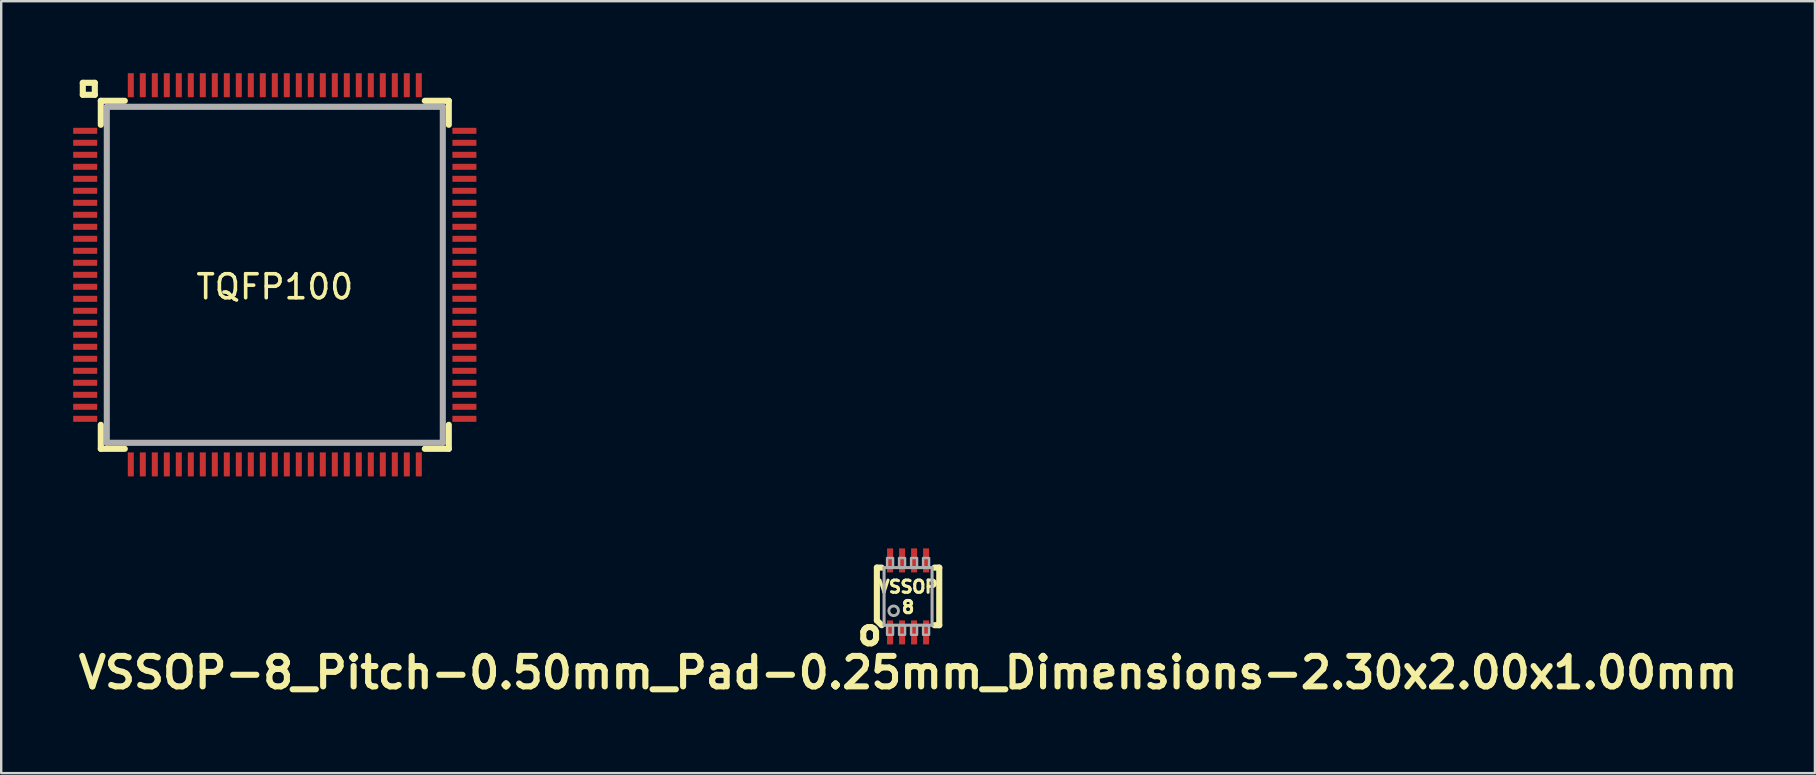
<source format=kicad_pcb>
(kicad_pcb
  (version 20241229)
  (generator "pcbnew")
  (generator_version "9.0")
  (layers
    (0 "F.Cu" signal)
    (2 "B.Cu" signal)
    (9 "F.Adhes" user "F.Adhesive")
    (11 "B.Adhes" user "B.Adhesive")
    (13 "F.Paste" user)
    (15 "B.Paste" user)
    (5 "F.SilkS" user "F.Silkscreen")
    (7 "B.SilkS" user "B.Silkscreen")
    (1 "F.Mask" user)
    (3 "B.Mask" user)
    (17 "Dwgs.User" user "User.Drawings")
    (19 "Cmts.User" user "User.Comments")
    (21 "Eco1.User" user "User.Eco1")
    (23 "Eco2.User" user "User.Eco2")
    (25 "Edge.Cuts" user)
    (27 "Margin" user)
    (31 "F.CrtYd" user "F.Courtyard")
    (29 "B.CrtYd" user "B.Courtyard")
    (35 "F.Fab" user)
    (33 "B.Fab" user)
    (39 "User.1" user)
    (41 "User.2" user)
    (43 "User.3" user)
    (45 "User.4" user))
  (footprint "VSSOP-8_Pitch-0.50mm_Pad-0.25mm_Dimensions-2.30x2.00x1.00mm"
    (layer "F.Cu")
    (at 34.786 21.8)
    (property "Reference" "VSSOP-8_Pitch-0.50mm_Pad-0.25mm_Dimensions-2.30x2.00x1.00mm" (at 0 3.175 0) (layer "F.SilkS") (effects (font (size 1.27 1.27) (thickness 0.254))))
    (attr through_hole)
    (fp_line (start -1.3 1) (end -1.3 -1.2) (stroke (width 0.254) (type solid)) (layer "F.SilkS"))
    (fp_line (start -1.1 -1.2) (end -1.3 -1.2) (stroke (width 0.254) (type solid)) (layer "F.SilkS"))
    (fp_line (start -1.1 1.2) (end -1.3 1) (stroke (width 0.254) (type solid)) (layer "F.SilkS"))
    (fp_line (start 1.1 -1.2) (end 1.3 -1.2) (stroke (width 0.254) (type solid)) (layer "F.SilkS"))
    (fp_line (start 1.1 1.2) (end 1.3 1.2) (stroke (width 0.254) (type solid)) (layer "F.SilkS"))
    (fp_line (start 1.3 -1.2) (end 1.3 1.2) (stroke (width 0.254) (type solid)) (layer "F.SilkS"))
    (fp_line (start -1 -1.2) (end 1 -1.2) (stroke (width 0.127) (type solid)) (layer "F.Fab"))
    (fp_line (start -1 1.2) (end -1 -1.2) (stroke (width 0.127) (type solid)) (layer "F.Fab"))
    (fp_line (start -1 1.2) (end 1 1.2) (stroke (width 0.127) (type solid)) (layer "F.Fab"))
    (fp_line (start 1 1.2) (end 1 -1.2) (stroke (width 0.127) (type solid)) (layer "F.Fab"))
    (fp_circle (center -0.6 0.6) (end -0.6 0.8) (stroke (width 0.12) (type solid)) (fill no) (layer "F.Fab"))
    (fp_poly (pts (xy -0.875 -1.6) (xy -0.875 -1.2) (xy -0.625 -1.2) (xy -0.625 -1.6)) (stroke (width 0.1) (type solid)) (fill no) (layer "F.Fab"))
    (fp_poly (pts (xy -0.875 1.2) (xy -0.875 1.6) (xy -0.625 1.6) (xy -0.625 1.2)) (stroke (width 0.1) (type solid)) (fill no) (layer "F.Fab"))
    (fp_poly (pts (xy -0.375 -1.6) (xy -0.375 -1.2) (xy -0.125 -1.2) (xy -0.125 -1.6)) (stroke (width 0.1) (type solid)) (fill no) (layer "F.Fab"))
    (fp_poly (pts (xy -0.375 1.2) (xy -0.375 1.6) (xy -0.125 1.6) (xy -0.125 1.2)) (stroke (width 0.1) (type solid)) (fill no) (layer "F.Fab"))
    (fp_poly (pts (xy 0.125 -1.6) (xy 0.125 -1.2) (xy 0.375 -1.2) (xy 0.375 -1.6)) (stroke (width 0.1) (type solid)) (fill no) (layer "F.Fab"))
    (fp_poly (pts (xy 0.125 1.2) (xy 0.125 1.6) (xy 0.375 1.6) (xy 0.375 1.2)) (stroke (width 0.1) (type solid)) (fill no) (layer "F.Fab"))
    (fp_poly (pts (xy 0.625 -1.6) (xy 0.625 -1.2) (xy 0.875 -1.2) (xy 0.875 -1.6)) (stroke (width 0.1) (type solid)) (fill no) (layer "F.Fab"))
    (fp_poly (pts (xy 0.625 1.2) (xy 0.625 1.6) (xy 0.875 1.6) (xy 0.875 1.2)) (stroke (width 0.1) (type solid)) (fill no) (layer "F.Fab"))
    (fp_text user "VSSOP" (at 0 -0.4 0) (layer "F.SilkS") (effects (font (size 0.508 0.508) (thickness 0.127))))
    (fp_text user "8" (at 0 0.45 0) (layer "F.SilkS") (effects (font (size 0.508 0.508) (thickness 0.127))))
    (fp_text user "o" (at -1.6 1.5 0) (layer "F.SilkS") (effects (font (size 1.016 1.016) (thickness 0.254))))
    (pad "1" smd rect (at -0.75 1.5) (size 0.25 1) (layers "F.Cu" "F.Mask" "F.Paste"))
    (pad "2" smd rect (at -0.25 1.5) (size 0.25 1) (layers "F.Cu" "F.Mask" "F.Paste"))
    (pad "3" smd rect (at 0.25 1.5) (size 0.25 1) (layers "F.Cu" "F.Mask" "F.Paste"))
    (pad "4" smd rect (at 0.75 1.5) (size 0.25 1) (layers "F.Cu" "F.Mask" "F.Paste"))
    (pad "5" smd rect (at 0.75 -1.5) (size 0.25 1) (layers "F.Cu" "F.Mask" "F.Paste"))
    (pad "6" smd rect (at 0.25 -1.5) (size 0.25 1) (layers "F.Cu" "F.Mask" "F.Paste"))
    (pad "7" smd rect (at -0.25 -1.5) (size 0.25 1) (layers "F.Cu" "F.Mask" "F.Paste"))
    (pad "8" smd rect (at -0.75 -1.5) (size 0.25 1) (layers "F.Cu" "F.Mask" "F.Paste")))
  (footprint "TQFP100"
    (layer "F.Cu")
    (at 8.4 8.4)
    (property "Reference" "TQFP100" (at 0 0.5 0) (layer "F.SilkS") (effects (font (size 1 1) (thickness 0.15))))
    (attr through_hole)
    (fp_line (start -8 -8) (end -7.5 -8) (stroke (width 0.254) (type solid)) (layer "F.SilkS"))
    (fp_line (start -8 -7.5) (end -8 -8) (stroke (width 0.254) (type solid)) (layer "F.SilkS"))
    (fp_line (start -7.5 -8) (end -7.5 -7.5) (stroke (width 0.254) (type solid)) (layer "F.SilkS"))
    (fp_line (start -7.5 -7.5) (end -8 -7.5) (stroke (width 0.254) (type solid)) (layer "F.SilkS"))
    (fp_line (start -7.25 -7.25) (end -7.25 -6.25) (stroke (width 0.254) (type solid)) (layer "F.SilkS"))
    (fp_line (start -7.25 6.25) (end -7.25 7.25) (stroke (width 0.254) (type solid)) (layer "F.SilkS"))
    (fp_line (start -7.25 7.25) (end -6.25 7.25) (stroke (width 0.254) (type solid)) (layer "F.SilkS"))
    (fp_line (start -6.25 -7.25) (end -7.25 -7.25) (stroke (width 0.254) (type solid)) (layer "F.SilkS"))
    (fp_line (start 6.25 -7.25) (end 7.25 -7.25) (stroke (width 0.254) (type solid)) (layer "F.SilkS"))
    (fp_line (start 7.25 -7.25) (end 7.25 -6.25) (stroke (width 0.254) (type solid)) (layer "F.SilkS"))
    (fp_line (start 7.25 6.25) (end 7.25 7.25) (stroke (width 0.254) (type solid)) (layer "F.SilkS"))
    (fp_line (start 7.25 7.25) (end 6.25 7.25) (stroke (width 0.254) (type solid)) (layer "F.SilkS"))
    (fp_line (start -7 -7) (end 7 -7) (stroke (width 0.254) (type solid)) (layer "F.Fab"))
    (fp_line (start -7 7) (end -7 -7) (stroke (width 0.254) (type solid)) (layer "F.Fab"))
    (fp_line (start 7 -7) (end 7 7) (stroke (width 0.254) (type solid)) (layer "F.Fab"))
    (fp_line (start 7 7) (end -7 7) (stroke (width 0.254) (type solid)) (layer "F.Fab"))
    (pad "1" smd rect (at -7.9 -6 90) (size 0.25 1) (layers "F.Cu" "F.Mask" "F.Paste"))
    (pad "2" smd rect (at -7.9 -5.5 90) (size 0.25 1) (layers "F.Cu" "F.Mask" "F.Paste"))
    (pad "3" smd rect (at -7.9 -5 90) (size 0.25 1) (layers "F.Cu" "F.Mask" "F.Paste"))
    (pad "4" smd rect (at -7.9 -4.5 90) (size 0.25 1) (layers "F.Cu" "F.Mask" "F.Paste"))
    (pad "5" smd rect (at -7.9 -4 90) (size 0.25 1) (layers "F.Cu" "F.Mask" "F.Paste"))
    (pad "6" smd rect (at -7.9 -3.5 90) (size 0.25 1) (layers "F.Cu" "F.Mask" "F.Paste"))
    (pad "7" smd rect (at -7.9 -3 90) (size 0.25 1) (layers "F.Cu" "F.Mask" "F.Paste"))
    (pad "8" smd rect (at -7.9 -2.5 90) (size 0.25 1) (layers "F.Cu" "F.Mask" "F.Paste"))
    (pad "9" smd rect (at -7.9 -2 90) (size 0.25 1) (layers "F.Cu" "F.Mask" "F.Paste"))
    (pad "10" smd rect (at -7.9 -1.5 90) (size 0.25 1) (layers "F.Cu" "F.Mask" "F.Paste"))
    (pad "11" smd rect (at -7.9 -1 90) (size 0.25 1) (layers "F.Cu" "F.Mask" "F.Paste"))
    (pad "12" smd rect (at -7.9 -0.5 90) (size 0.25 1) (layers "F.Cu" "F.Mask" "F.Paste"))
    (pad "13" smd rect (at -7.9 0 90) (size 0.25 1) (layers "F.Cu" "F.Mask" "F.Paste"))
    (pad "14" smd rect (at -7.9 0.5 90) (size 0.25 1) (layers "F.Cu" "F.Mask" "F.Paste"))
    (pad "15" smd rect (at -7.9 1 90) (size 0.25 1) (layers "F.Cu" "F.Mask" "F.Paste"))
    (pad "16" smd rect (at -7.9 1.5 90) (size 0.25 1) (layers "F.Cu" "F.Mask" "F.Paste"))
    (pad "17" smd rect (at -7.9 2 90) (size 0.25 1) (layers "F.Cu" "F.Mask" "F.Paste"))
    (pad "18" smd rect (at -7.9 2.5 90) (size 0.25 1) (layers "F.Cu" "F.Mask" "F.Paste"))
    (pad "19" smd rect (at -7.9 3 90) (size 0.25 1) (layers "F.Cu" "F.Mask" "F.Paste"))
    (pad "20" smd rect (at -7.9 3.5 90) (size 0.25 1) (layers "F.Cu" "F.Mask" "F.Paste"))
    (pad "21" smd rect (at -7.9 4 90) (size 0.25 1) (layers "F.Cu" "F.Mask" "F.Paste"))
    (pad "22" smd rect (at -7.9 4.5 90) (size 0.25 1) (layers "F.Cu" "F.Mask" "F.Paste"))
    (pad "23" smd rect (at -7.9 5 90) (size 0.25 1) (layers "F.Cu" "F.Mask" "F.Paste"))
    (pad "24" smd rect (at -7.9 5.5 90) (size 0.25 1) (layers "F.Cu" "F.Mask" "F.Paste"))
    (pad "25" smd rect (at -7.9 6 90) (size 0.25 1) (layers "F.Cu" "F.Mask" "F.Paste"))
    (pad "26" smd rect (at -6 7.9) (size 0.25 1) (layers "F.Cu" "F.Mask" "F.Paste"))
    (pad "27" smd rect (at -5.5 7.9) (size 0.25 1) (layers "F.Cu" "F.Mask" "F.Paste"))
    (pad "28" smd rect (at -5 7.9) (size 0.25 1) (layers "F.Cu" "F.Mask" "F.Paste"))
    (pad "29" smd rect (at -4.5 7.9) (size 0.25 1) (layers "F.Cu" "F.Mask" "F.Paste"))
    (pad "30" smd rect (at -4 7.9) (size 0.25 1) (layers "F.Cu" "F.Mask" "F.Paste"))
    (pad "31" smd rect (at -3.5 7.9) (size 0.25 1) (layers "F.Cu" "F.Mask" "F.Paste"))
    (pad "32" smd rect (at -3 7.9) (size 0.25 1) (layers "F.Cu" "F.Mask" "F.Paste"))
    (pad "33" smd rect (at -2.5 7.9) (size 0.25 1) (layers "F.Cu" "F.Mask" "F.Paste"))
    (pad "34" smd rect (at -2 7.9) (size 0.25 1) (layers "F.Cu" "F.Mask" "F.Paste"))
    (pad "35" smd rect (at -1.5 7.9) (size 0.25 1) (layers "F.Cu" "F.Mask" "F.Paste"))
    (pad "36" smd rect (at -1 7.9) (size 0.25 1) (layers "F.Cu" "F.Mask" "F.Paste"))
    (pad "37" smd rect (at -0.5 7.9) (size 0.25 1) (layers "F.Cu" "F.Mask" "F.Paste"))
    (pad "38" smd rect (at 0 7.9) (size 0.25 1) (layers "F.Cu" "F.Mask" "F.Paste"))
    (pad "39" smd rect (at 0.5 7.9) (size 0.25 1) (layers "F.Cu" "F.Mask" "F.Paste"))
    (pad "40" smd rect (at 1 7.9) (size 0.25 1) (layers "F.Cu" "F.Mask" "F.Paste"))
    (pad "41" smd rect (at 1.5 7.9) (size 0.25 1) (layers "F.Cu" "F.Mask" "F.Paste"))
    (pad "42" smd rect (at 2 7.9) (size 0.25 1) (layers "F.Cu" "F.Mask" "F.Paste"))
    (pad "43" smd rect (at 2.5 7.9) (size 0.25 1) (layers "F.Cu" "F.Mask" "F.Paste"))
    (pad "44" smd rect (at 3 7.9) (size 0.25 1) (layers "F.Cu" "F.Mask" "F.Paste"))
    (pad "45" smd rect (at 3.5 7.9) (size 0.25 1) (layers "F.Cu" "F.Mask" "F.Paste"))
    (pad "46" smd rect (at 4 7.9) (size 0.25 1) (layers "F.Cu" "F.Mask" "F.Paste"))
    (pad "47" smd rect (at 4.5 7.9) (size 0.25 1) (layers "F.Cu" "F.Mask" "F.Paste"))
    (pad "48" smd rect (at 5 7.9) (size 0.25 1) (layers "F.Cu" "F.Mask" "F.Paste"))
    (pad "49" smd rect (at 5.5 7.9) (size 0.25 1) (layers "F.Cu" "F.Mask" "F.Paste"))
    (pad "50" smd rect (at 6 7.9) (size 0.25 1) (layers "F.Cu" "F.Mask" "F.Paste"))
    (pad "51" smd rect (at 7.9 6 90) (size 0.25 1) (layers "F.Cu" "F.Mask" "F.Paste"))
    (pad "52" smd rect (at 7.9 5.5 90) (size 0.25 1) (layers "F.Cu" "F.Mask" "F.Paste"))
    (pad "53" smd rect (at 7.9 5 90) (size 0.25 1) (layers "F.Cu" "F.Mask" "F.Paste"))
    (pad "54" smd rect (at 7.9 4.5 90) (size 0.25 1) (layers "F.Cu" "F.Mask" "F.Paste"))
    (pad "55" smd rect (at 7.9 4 90) (size 0.25 1) (layers "F.Cu" "F.Mask" "F.Paste"))
    (pad "56" smd rect (at 7.9 3.5 90) (size 0.25 1) (layers "F.Cu" "F.Mask" "F.Paste"))
    (pad "57" smd rect (at 7.9 3 90) (size 0.25 1) (layers "F.Cu" "F.Mask" "F.Paste"))
    (pad "58" smd rect (at 7.9 2.5 90) (size 0.25 1) (layers "F.Cu" "F.Mask" "F.Paste"))
    (pad "59" smd rect (at 7.9 2 90) (size 0.25 1) (layers "F.Cu" "F.Mask" "F.Paste"))
    (pad "60" smd rect (at 7.9 1.5 90) (size 0.25 1) (layers "F.Cu" "F.Mask" "F.Paste"))
    (pad "61" smd rect (at 7.9 1 90) (size 0.25 1) (layers "F.Cu" "F.Mask" "F.Paste"))
    (pad "62" smd rect (at 7.9 0.5 90) (size 0.25 1) (layers "F.Cu" "F.Mask" "F.Paste"))
    (pad "63" smd rect (at 7.9 0 90) (size 0.25 1) (layers "F.Cu" "F.Mask" "F.Paste"))
    (pad "64" smd rect (at 7.9 -0.5 90) (size 0.25 1) (layers "F.Cu" "F.Mask" "F.Paste"))
    (pad "65" smd rect (at 7.9 -1 90) (size 0.25 1) (layers "F.Cu" "F.Mask" "F.Paste"))
    (pad "66" smd rect (at 7.9 -1.5 90) (size 0.25 1) (layers "F.Cu" "F.Mask" "F.Paste"))
    (pad "67" smd rect (at 7.9 -2 90) (size 0.25 1) (layers "F.Cu" "F.Mask" "F.Paste"))
    (pad "68" smd rect (at 7.9 -2.5 90) (size 0.25 1) (layers "F.Cu" "F.Mask" "F.Paste"))
    (pad "69" smd rect (at 7.9 -3 90) (size 0.25 1) (layers "F.Cu" "F.Mask" "F.Paste"))
    (pad "70" smd rect (at 7.9 -3.5 90) (size 0.25 1) (layers "F.Cu" "F.Mask" "F.Paste"))
    (pad "71" smd rect (at 7.9 -4 90) (size 0.25 1) (layers "F.Cu" "F.Mask" "F.Paste"))
    (pad "72" smd rect (at 7.9 -4.5 90) (size 0.25 1) (layers "F.Cu" "F.Mask" "F.Paste"))
    (pad "73" smd rect (at 7.9 -5 90) (size 0.25 1) (layers "F.Cu" "F.Mask" "F.Paste"))
    (pad "74" smd rect (at 7.9 -5.5 90) (size 0.25 1) (layers "F.Cu" "F.Mask" "F.Paste"))
    (pad "75" smd rect (at 7.9 -6 90) (size 0.25 1) (layers "F.Cu" "F.Mask" "F.Paste"))
    (pad "76" smd rect (at 6 -7.9 180) (size 0.25 1) (layers "F.Cu" "F.Mask" "F.Paste"))
    (pad "77" smd rect (at 5.5 -7.9 180) (size 0.25 1) (layers "F.Cu" "F.Mask" "F.Paste"))
    (pad "78" smd rect (at 5 -7.9) (size 0.25 1) (layers "F.Cu" "F.Mask" "F.Paste"))
    (pad "79" smd rect (at 4.5 -7.9) (size 0.25 1) (layers "F.Cu" "F.Mask" "F.Paste"))
    (pad "80" smd rect (at 4 -7.9) (size 0.25 1) (layers "F.Cu" "F.Mask" "F.Paste"))
    (pad "81" smd rect (at 3.5 -7.9) (size 0.25 1) (layers "F.Cu" "F.Mask" "F.Paste"))
    (pad "82" smd rect (at 3 -7.9) (size 0.25 1) (layers "F.Cu" "F.Mask" "F.Paste"))
    (pad "83" smd rect (at 2.5 -7.9) (size 0.25 1) (layers "F.Cu" "F.Mask" "F.Paste"))
    (pad "84" smd rect (at 2 -7.9) (size 0.25 1) (layers "F.Cu" "F.Mask" "F.Paste"))
    (pad "85" smd rect (at 1.5 -7.9) (size 0.25 1) (layers "F.Cu" "F.Mask" "F.Paste"))
    (pad "86" smd rect (at 1 -7.9) (size 0.25 1) (layers "F.Cu" "F.Mask" "F.Paste"))
    (pad "87" smd rect (at 0.5 -7.9) (size 0.25 1) (layers "F.Cu" "F.Mask" "F.Paste"))
    (pad "88" smd rect (at 0 -7.9) (size 0.25 1) (layers "F.Cu" "F.Mask" "F.Paste"))
    (pad "89" smd rect (at -0.5 -7.9) (size 0.25 1) (layers "F.Cu" "F.Mask" "F.Paste"))
    (pad "90" smd rect (at -1 -7.9) (size 0.25 1) (layers "F.Cu" "F.Mask" "F.Paste"))
    (pad "91" smd rect (at -1.5 -7.9) (size 0.25 1) (layers "F.Cu" "F.Mask" "F.Paste"))
    (pad "92" smd rect (at -2 -7.9) (size 0.25 1) (layers "F.Cu" "F.Mask" "F.Paste"))
    (pad "93" smd rect (at -2.5 -7.9) (size 0.25 1) (layers "F.Cu" "F.Mask" "F.Paste"))
    (pad "94" smd rect (at -3 -7.9) (size 0.25 1) (layers "F.Cu" "F.Mask" "F.Paste"))
    (pad "95" smd rect (at -3.5 -7.9) (size 0.25 1) (layers "F.Cu" "F.Mask" "F.Paste"))
    (pad "96" smd rect (at -4 -7.9) (size 0.25 1) (layers "F.Cu" "F.Mask" "F.Paste"))
    (pad "97" smd rect (at -4.5 -7.9) (size 0.25 1) (layers "F.Cu" "F.Mask" "F.Paste"))
    (pad "98" smd rect (at -5 -7.9) (size 0.25 1) (layers "F.Cu" "F.Mask" "F.Paste"))
    (pad "99" smd rect (at -5.5 -7.9) (size 0.25 1) (layers "F.Cu" "F.Mask" "F.Paste"))
    (pad "100" smd rect (at -6 -7.9) (size 0.25 1) (layers "F.Cu" "F.Mask" "F.Paste")))
  (gr_rect
    (start -3 -3)
    (end 72.572 29.164)
    (stroke (width 0.1) (type default))
    (fill no)
    (layer "Edge.Cuts")))
</source>
